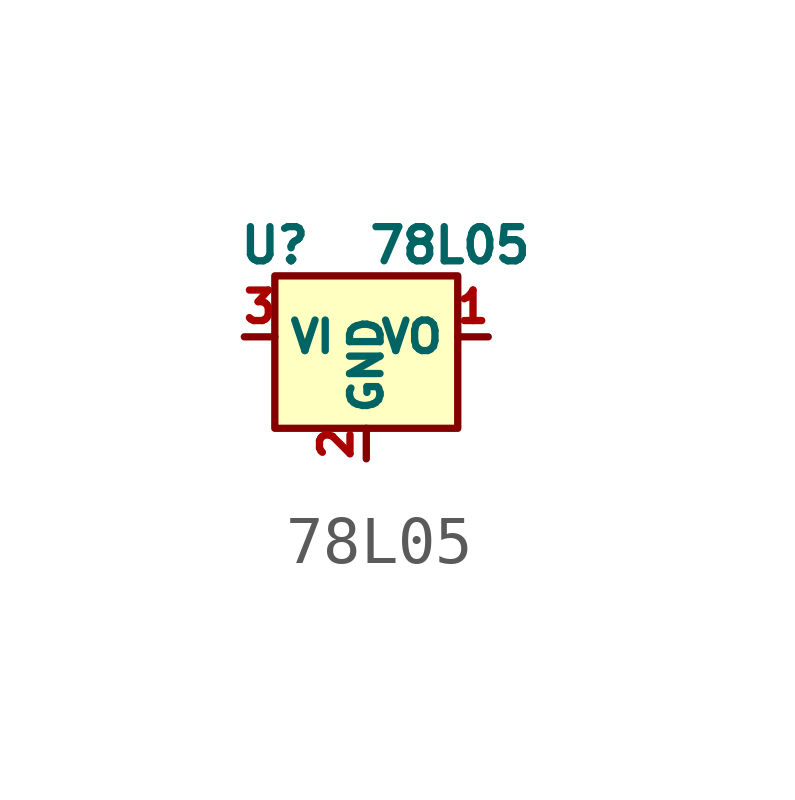
<source format=kicad_sym>
(kicad_symbol_lib
  (version 20220914)
  (generator kicad_symbol_editor)
  (symbol "78L05 "
    (pin_names
      (offset 0.254))
    (property "Reference" "U"
      (at -1.905 1.905 0)
      (effects (font (size 0.711 0.711))))
    (property "Value" "78L05 "
      (at 0 1.905 0)
      (effects (font (size 0.711 0.711)) (justify left)))
    (symbol "78L05 _0_1"
      (rectangle (start -1.905 1.27) (end 1.905 -1.905) (stroke (width 0) (type solid)) (fill (type background))))
    (symbol "78L05 _1_1"
      (pin power_out line (at 2.54 0 180) (length 0.635) (name "VO" (effects (font (size 0.635 0.635)))) (number "1" (effects (font (size 0.635 0.635)))))
      (pin power_in line (at 0 -2.54 90) (length 0.635) (name "GND" (effects (font (size 0.635 0.635)))) (number "2" (effects (font (size 0.635 0.635)))))
      (pin power_in line (at -2.54 0 0) (length 0.635) (name "VI" (effects (font (size 0.635 0.635)))) (number "3" (effects (font (size 0.635 0.635))))))))
</source>
